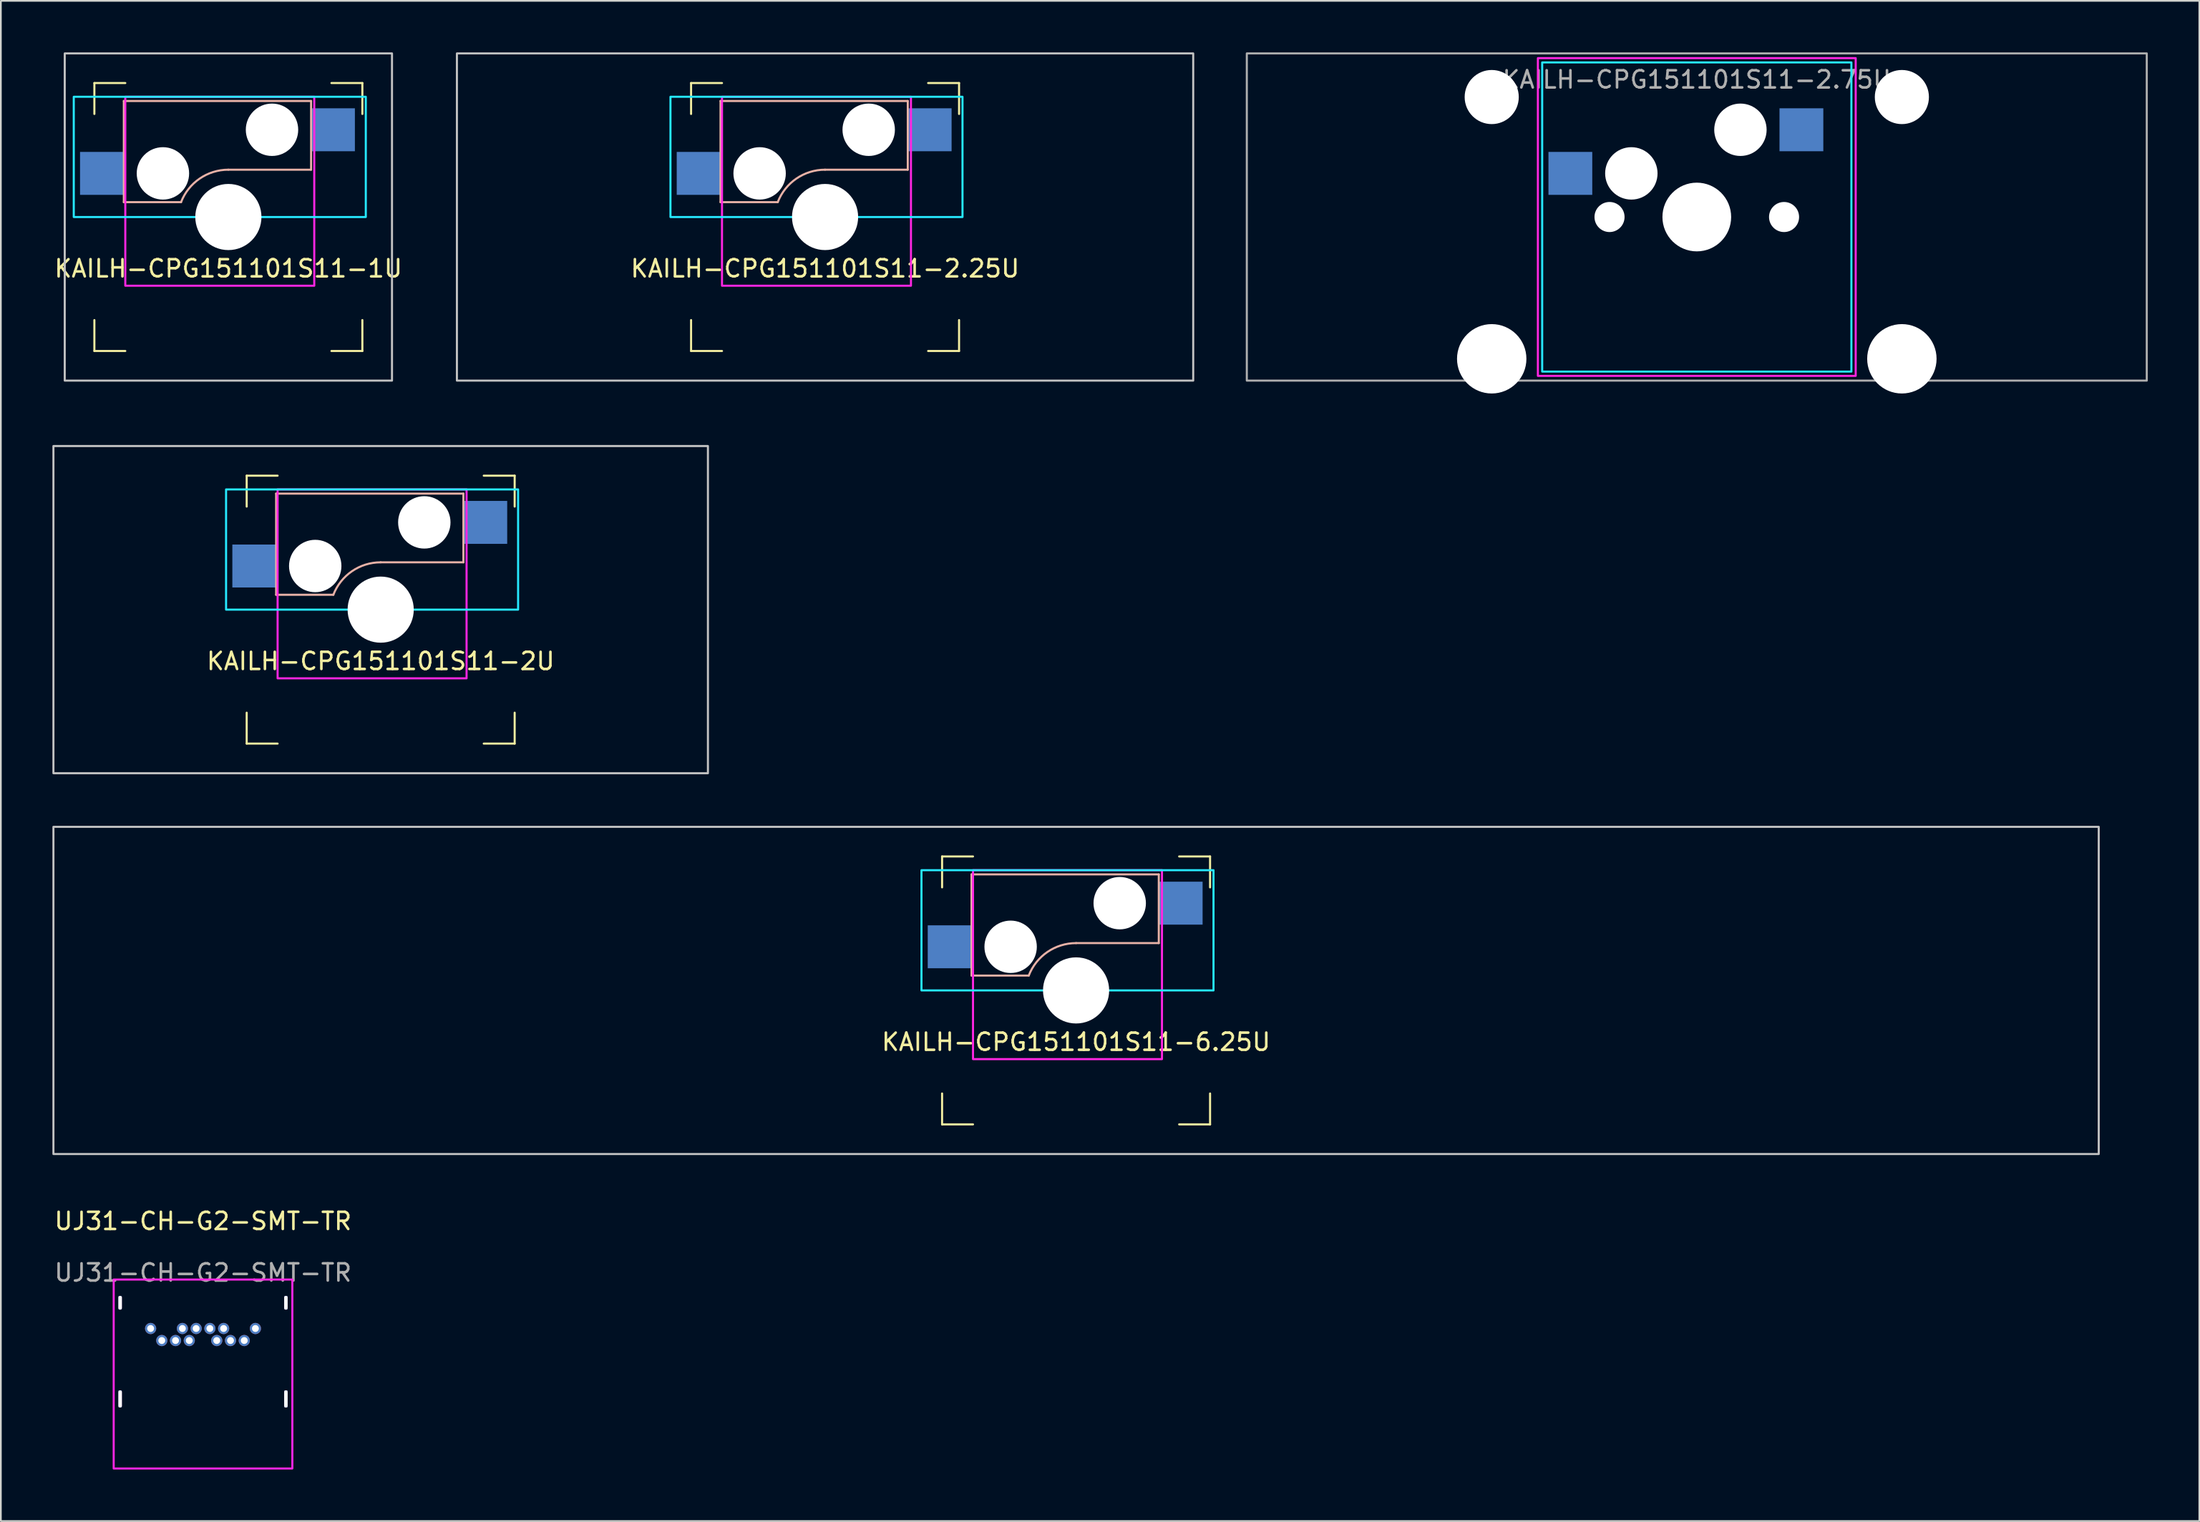
<source format=kicad_pcb>
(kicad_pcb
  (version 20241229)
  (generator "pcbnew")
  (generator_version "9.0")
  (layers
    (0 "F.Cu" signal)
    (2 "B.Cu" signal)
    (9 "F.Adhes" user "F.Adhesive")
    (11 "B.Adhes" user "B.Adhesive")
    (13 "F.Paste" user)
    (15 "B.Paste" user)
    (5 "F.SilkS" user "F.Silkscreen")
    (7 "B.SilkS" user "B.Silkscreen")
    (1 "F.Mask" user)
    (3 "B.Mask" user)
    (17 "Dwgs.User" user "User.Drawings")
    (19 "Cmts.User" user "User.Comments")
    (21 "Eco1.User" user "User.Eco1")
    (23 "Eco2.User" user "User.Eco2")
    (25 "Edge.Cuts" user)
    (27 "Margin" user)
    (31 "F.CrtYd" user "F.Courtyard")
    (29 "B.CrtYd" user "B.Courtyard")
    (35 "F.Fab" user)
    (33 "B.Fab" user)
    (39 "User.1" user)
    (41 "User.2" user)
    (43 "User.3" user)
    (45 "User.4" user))
  (footprint "KAILH-CPG151101S11-6.25U"
    (layer "F.Cu")
    (at 59.591 54.614)
    (property "Reference" "KAILH-CPG151101S11-6.25U" (at 0 3 0) (unlocked yes) (layer "F.SilkS") (effects (font (size 1 1) (thickness 0.15))))
    (attr smd)
    (fp_line (start -7.8 -6) (end -7.8 -7.8) (stroke (width 0.12) (type solid)) (layer "F.SilkS"))
    (fp_line (start -7.8 6) (end -7.8 7.8) (stroke (width 0.12) (type solid)) (layer "F.SilkS"))
    (fp_line (start -6 -7.8) (end -7.8 -7.8) (stroke (width 0.12) (type solid)) (layer "F.SilkS"))
    (fp_line (start -6 7.8) (end -7.8 7.8) (stroke (width 0.12) (type solid)) (layer "F.SilkS"))
    (fp_line (start 6 -7.8) (end 7.8 -7.8) (stroke (width 0.12) (type solid)) (layer "F.SilkS"))
    (fp_line (start 6 7.8) (end 7.8 7.8) (stroke (width 0.12) (type solid)) (layer "F.SilkS"))
    (fp_line (start 7.8 -6) (end 7.8 -7.8) (stroke (width 0.12) (type solid)) (layer "F.SilkS"))
    (fp_line (start 7.8 6) (end 7.8 7.8) (stroke (width 0.12) (type solid)) (layer "F.SilkS"))
    (fp_line (start -6.085 -6.755) (end -6.085 -0.865) (stroke (width 0.12) (type solid)) (layer "B.SilkS"))
    (fp_line (start -6.085 -6.755) (end 4.815 -6.755) (stroke (width 0.12) (type solid)) (layer "B.SilkS"))
    (fp_line (start -6.085 -0.865) (end -2.755 -0.865) (stroke (width 0.12) (type solid)) (layer "B.SilkS"))
    (fp_line (start 4.815 -6.755) (end 4.815 -2.755) (stroke (width 0.12) (type solid)) (layer "B.SilkS"))
    (fp_line (start 4.815 -2.755) (end 0 -2.755) (stroke (width 0.12) (type solid)) (layer "B.SilkS"))
    (fp_arc (start -2.755 -0.865) (mid -1.670488 -2.237081) (end 0 -2.755) (stroke (width 0.12) (type solid)) (layer "B.SilkS"))
    (fp_rect (start -59.531 -9.525) (end 59.531 9.525) (stroke (width 0.12) (type solid)) (fill no) (layer "Dwgs.User"))
    (fp_rect (start -9 -7) (end 8 0) (stroke (width 0.12) (type solid)) (fill no) (layer "B.CrtYd"))
    (fp_rect (start 5 4) (end -6 -7) (stroke (width 0.12) (type solid)) (fill no) (layer "F.CrtYd"))
    (pad "" smd rect (at -7.36 -2.54) (size 2.55 2.5) (layers "F.Mask" "B.Cu" "F.Paste"))
    (pad "" np_thru_hole circle (at -3.81 -2.54) (size 3.05 3.05) (drill 3.05) (layers "*.Cu" "*.Mask"))
    (pad "" np_thru_hole circle (at 0 0) (size 3.85 3.85) (drill 3.85) (layers "*.Cu" "*.Mask"))
    (pad "" np_thru_hole circle (at 2.54 -5.08) (size 3.05 3.05) (drill 3.05) (layers "*.Cu" "*.Mask"))
    (pad "" smd rect (at 6.09 -5.08) (size 2.55 2.5) (layers "F.Mask" "B.Cu" "F.Paste")))
  (footprint "KAILH-CPG151101S11-2U"
    (layer "F.Cu")
    (at 19.11 32.444)
    (property "Reference" "KAILH-CPG151101S11-2U" (at 0 3 0) (unlocked yes) (layer "F.SilkS") (effects (font (size 1 1) (thickness 0.15))))
    (attr smd)
    (fp_line (start -7.8 -6) (end -7.8 -7.8) (stroke (width 0.12) (type solid)) (layer "F.SilkS"))
    (fp_line (start -7.8 6) (end -7.8 7.8) (stroke (width 0.12) (type solid)) (layer "F.SilkS"))
    (fp_line (start -6 -7.8) (end -7.8 -7.8) (stroke (width 0.12) (type solid)) (layer "F.SilkS"))
    (fp_line (start -6 7.8) (end -7.8 7.8) (stroke (width 0.12) (type solid)) (layer "F.SilkS"))
    (fp_line (start 6 -7.8) (end 7.8 -7.8) (stroke (width 0.12) (type solid)) (layer "F.SilkS"))
    (fp_line (start 6 7.8) (end 7.8 7.8) (stroke (width 0.12) (type solid)) (layer "F.SilkS"))
    (fp_line (start 7.8 -6) (end 7.8 -7.8) (stroke (width 0.12) (type solid)) (layer "F.SilkS"))
    (fp_line (start 7.8 6) (end 7.8 7.8) (stroke (width 0.12) (type solid)) (layer "F.SilkS"))
    (fp_line (start -6.085 -6.755) (end -6.085 -0.865) (stroke (width 0.12) (type solid)) (layer "B.SilkS"))
    (fp_line (start -6.085 -6.755) (end 4.815 -6.755) (stroke (width 0.12) (type solid)) (layer "B.SilkS"))
    (fp_line (start -6.085 -0.865) (end -2.755 -0.865) (stroke (width 0.12) (type solid)) (layer "B.SilkS"))
    (fp_line (start 4.815 -6.755) (end 4.815 -2.755) (stroke (width 0.12) (type solid)) (layer "B.SilkS"))
    (fp_line (start 4.815 -2.755) (end 0 -2.755) (stroke (width 0.12) (type solid)) (layer "B.SilkS"))
    (fp_arc (start -2.755 -0.865) (mid -1.670488 -2.237081) (end 0 -2.755) (stroke (width 0.12) (type solid)) (layer "B.SilkS"))
    (fp_rect (start -19.05 -9.525) (end 19.05 9.525) (stroke (width 0.12) (type solid)) (fill no) (layer "Dwgs.User"))
    (fp_rect (start -9 -7) (end 8 0) (stroke (width 0.12) (type solid)) (fill no) (layer "B.CrtYd"))
    (fp_rect (start 5 4) (end -6 -7) (stroke (width 0.12) (type solid)) (fill no) (layer "F.CrtYd"))
    (pad "" np_thru_hole circle (at -3.81 -2.54) (size 3.05 3.05) (drill 3.05) (layers "*.Cu" "*.Mask"))
    (pad "" np_thru_hole circle (at 0 0) (size 3.85 3.85) (drill 3.85) (layers "*.Cu" "*.Mask"))
    (pad "" np_thru_hole circle (at 2.54 -5.08) (size 3.05 3.05) (drill 3.05) (layers "*.Cu" "*.Mask"))
    (pad "1" smd rect (at -7.36 -2.54) (size 2.55 2.5) (layers "F.Mask" "B.Cu" "F.Paste"))
    (pad "2" smd rect (at 6.09 -5.08) (size 2.55 2.5) (layers "F.Mask" "B.Cu" "F.Paste")))
  (footprint "KAILH-CPG151101S11-1U"
    (layer "F.Cu")
    (at 10.244 9.585)
    (property "Reference" "KAILH-CPG151101S11-1U" (at 0 3 0) (unlocked yes) (layer "F.SilkS") (effects (font (size 1 1) (thickness 0.15))))
    (attr smd)
    (fp_line (start -7.8 -6) (end -7.8 -7.8) (stroke (width 0.12) (type solid)) (layer "F.SilkS"))
    (fp_line (start -7.8 6) (end -7.8 7.8) (stroke (width 0.12) (type solid)) (layer "F.SilkS"))
    (fp_line (start -6 -7.8) (end -7.8 -7.8) (stroke (width 0.12) (type solid)) (layer "F.SilkS"))
    (fp_line (start -6 7.8) (end -7.8 7.8) (stroke (width 0.12) (type solid)) (layer "F.SilkS"))
    (fp_line (start 6 -7.8) (end 7.8 -7.8) (stroke (width 0.12) (type solid)) (layer "F.SilkS"))
    (fp_line (start 6 7.8) (end 7.8 7.8) (stroke (width 0.12) (type solid)) (layer "F.SilkS"))
    (fp_line (start 7.8 -6) (end 7.8 -7.8) (stroke (width 0.12) (type solid)) (layer "F.SilkS"))
    (fp_line (start 7.8 6) (end 7.8 7.8) (stroke (width 0.12) (type solid)) (layer "F.SilkS"))
    (fp_line (start -6.085 -6.755) (end -6.085 -0.865) (stroke (width 0.12) (type solid)) (layer "B.SilkS"))
    (fp_line (start -6.085 -6.755) (end 4.815 -6.755) (stroke (width 0.12) (type solid)) (layer "B.SilkS"))
    (fp_line (start -6.085 -0.865) (end -2.755 -0.865) (stroke (width 0.12) (type solid)) (layer "B.SilkS"))
    (fp_line (start 4.815 -6.755) (end 4.815 -2.755) (stroke (width 0.12) (type solid)) (layer "B.SilkS"))
    (fp_line (start 4.815 -2.755) (end 0 -2.755) (stroke (width 0.12) (type solid)) (layer "B.SilkS"))
    (fp_arc (start -2.755 -0.865) (mid -1.670488 -2.237081) (end 0 -2.755) (stroke (width 0.12) (type solid)) (layer "B.SilkS"))
    (fp_rect (start -9.525 -9.525) (end 9.525 9.525) (stroke (width 0.12) (type solid)) (fill no) (layer "Dwgs.User"))
    (fp_rect (start -9 -7) (end 8 0) (stroke (width 0.12) (type solid)) (fill no) (layer "B.CrtYd"))
    (fp_rect (start 5 4) (end -6 -7) (stroke (width 0.12) (type solid)) (fill no) (layer "F.CrtYd"))
    (pad "" np_thru_hole circle (at -3.81 -2.54) (size 3.05 3.05) (drill 3.05) (layers "*.Cu" "*.Mask"))
    (pad "" np_thru_hole circle (at 0 0) (size 3.85 3.85) (drill 3.85) (layers "*.Cu" "*.Mask"))
    (pad "" np_thru_hole circle (at 2.54 -5.08) (size 3.05 3.05) (drill 3.05) (layers "*.Cu" "*.Mask"))
    (pad "1" smd rect (at -7.36 -2.54) (size 2.55 2.5) (layers "F.Mask" "B.Cu" "F.Paste"))
    (pad "2" smd rect (at 6.09 -5.08) (size 2.55 2.5) (layers "F.Mask" "B.Cu" "F.Paste")))
  (footprint "UJ31-CH-G2-SMT-TR"
    (layer "F.Cu")
    (at 8.768 77.048)
    (property "Reference" "UJ31-CH-G2-SMT-TR" (at 0 -9 0) (unlocked yes) (layer "F.SilkS") (effects (font (size 1 1) (thickness 0.15))))
    (attr smd)
    (fp_rect (start -5.2 -5.6) (end 5.2 5.4) (stroke (width 0.12) (type solid)) (fill no) (layer "F.CrtYd"))
    (fp_text user "${REFERENCE}" (at 0 -6 0) (unlocked yes) (layer "F.Fab") (effects (font (size 1 1) (thickness 0.15))))
    (pad "" np_thru_hole roundrect (at -4.825 -4.25) (size 0.2 0.8) (drill oval 0.2 0.8) (layers "*.Cu" "*.Mask") (roundrect_rratio 0.25))
    (pad "" np_thru_hole roundrect (at -4.825 1.35) (size 0.2 1) (drill oval 0.2 1) (layers "*.Cu" "*.Mask") (roundrect_rratio 0.25))
    (pad "" thru_hole circle (at -3.05 -2.75) (size 0.65 0.65) (drill 0.4) (layers "*.Cu" "*.Mask"))
    (pad "" thru_hole circle (at -2.4 -2.05) (size 0.65 0.65) (drill 0.4) (layers "*.Cu" "*.Mask"))
    (pad "" thru_hole circle (at -1.6 -2.05) (size 0.65 0.65) (drill 0.4) (layers "*.Cu" "*.Mask"))
    (pad "" thru_hole circle (at -1.2 -2.75) (size 0.65 0.65) (drill 0.4) (layers "*.Cu" "*.Mask"))
    (pad "" thru_hole circle (at -0.8 -2.05) (size 0.65 0.65) (drill 0.4) (layers "*.Cu" "*.Mask"))
    (pad "" thru_hole circle (at -0.4 -2.75) (size 0.65 0.65) (drill 0.4) (layers "*.Cu" "*.Mask"))
    (pad "" thru_hole circle (at 0.4 -2.75) (size 0.65 0.65) (drill 0.4) (layers "*.Cu" "*.Mask"))
    (pad "" thru_hole circle (at 0.8 -2.05) (size 0.65 0.65) (drill 0.4) (layers "*.Cu" "*.Mask"))
    (pad "" thru_hole circle (at 1.2 -2.75) (size 0.65 0.65) (drill 0.4) (layers "*.Cu" "*.Mask"))
    (pad "" thru_hole circle (at 1.6 -2.05) (size 0.65 0.65) (drill 0.4) (layers "*.Cu" "*.Mask"))
    (pad "" thru_hole circle (at 2.4 -2.05) (size 0.65 0.65) (drill 0.4) (layers "*.Cu" "*.Mask"))
    (pad "" thru_hole circle (at 3.05 -2.75) (size 0.65 0.65) (drill 0.4) (layers "*.Cu" "*.Mask"))
    (pad "" np_thru_hole roundrect (at 4.825 -4.25) (size 0.2 0.8) (drill oval 0.2 0.8) (layers "*.Cu" "*.Mask") (roundrect_rratio 0.25))
    (pad "" np_thru_hole roundrect (at 4.825 1.35) (size 0.2 1) (drill oval 0.2 1) (layers "*.Cu" "*.Mask") (roundrect_rratio 0.25)))
  (footprint "KAILH-CPG151101S11-2.25U"
    (layer "F.Cu")
    (at 44.979 9.585)
    (property "Reference" "KAILH-CPG151101S11-2.25U" (at 0 3 0) (unlocked yes) (layer "F.SilkS") (effects (font (size 1 1) (thickness 0.15))))
    (attr smd)
    (fp_line (start -7.8 -6) (end -7.8 -7.8) (stroke (width 0.12) (type solid)) (layer "F.SilkS"))
    (fp_line (start -7.8 6) (end -7.8 7.8) (stroke (width 0.12) (type solid)) (layer "F.SilkS"))
    (fp_line (start -6 -7.8) (end -7.8 -7.8) (stroke (width 0.12) (type solid)) (layer "F.SilkS"))
    (fp_line (start -6 7.8) (end -7.8 7.8) (stroke (width 0.12) (type solid)) (layer "F.SilkS"))
    (fp_line (start 6 -7.8) (end 7.8 -7.8) (stroke (width 0.12) (type solid)) (layer "F.SilkS"))
    (fp_line (start 6 7.8) (end 7.8 7.8) (stroke (width 0.12) (type solid)) (layer "F.SilkS"))
    (fp_line (start 7.8 -6) (end 7.8 -7.8) (stroke (width 0.12) (type solid)) (layer "F.SilkS"))
    (fp_line (start 7.8 6) (end 7.8 7.8) (stroke (width 0.12) (type solid)) (layer "F.SilkS"))
    (fp_line (start -6.085 -6.755) (end -6.085 -0.865) (stroke (width 0.12) (type solid)) (layer "B.SilkS"))
    (fp_line (start -6.085 -6.755) (end 4.815 -6.755) (stroke (width 0.12) (type solid)) (layer "B.SilkS"))
    (fp_line (start -6.085 -0.865) (end -2.755 -0.865) (stroke (width 0.12) (type solid)) (layer "B.SilkS"))
    (fp_line (start 4.815 -6.755) (end 4.815 -2.755) (stroke (width 0.12) (type solid)) (layer "B.SilkS"))
    (fp_line (start 4.815 -2.755) (end 0 -2.755) (stroke (width 0.12) (type solid)) (layer "B.SilkS"))
    (fp_arc (start -2.755 -0.865) (mid -1.670488 -2.237081) (end 0 -2.755) (stroke (width 0.12) (type solid)) (layer "B.SilkS"))
    (fp_rect (start -21.431 -9.525) (end 21.431 9.525) (stroke (width 0.12) (type solid)) (fill no) (layer "Dwgs.User"))
    (fp_rect (start -9 -7) (end 8 0) (stroke (width 0.12) (type solid)) (fill no) (layer "B.CrtYd"))
    (fp_rect (start 5 4) (end -6 -7) (stroke (width 0.12) (type solid)) (fill no) (layer "F.CrtYd"))
    (pad "" smd rect (at -7.36 -2.54) (size 2.55 2.5) (layers "F.Mask" "B.Cu" "F.Paste"))
    (pad "" np_thru_hole circle (at -3.81 -2.54) (size 3.05 3.05) (drill 3.05) (layers "*.Cu" "*.Mask"))
    (pad "" np_thru_hole circle (at 0 0) (size 3.85 3.85) (drill 3.85) (layers "*.Cu" "*.Mask"))
    (pad "" np_thru_hole circle (at 2.54 -5.08) (size 3.05 3.05) (drill 3.05) (layers "*.Cu" "*.Mask"))
    (pad "" smd rect (at 6.09 -5.08) (size 2.55 2.5) (layers "F.Mask" "B.Cu" "F.Paste")))
  (footprint "KAILH-CPG151101S11-2.75U"
    (layer "F.Cu")
    (at 95.724 9.585)
    (property "Reference" "KAILH-CPG151101S11-2.75U" (at 0 -8 0) (unlocked yes) (layer "F.Fab") (effects (font (size 1 1) (thickness 0.15))))
    (attr smd)
    (fp_rect (start -9 -9) (end 9 9) (stroke (width 0.12) (type solid)) (fill no) (layer "B.CrtYd"))
    (fp_rect (start 9.25 9.25) (end -9.25 -9.25) (stroke (width 0.12) (type solid)) (fill no) (layer "F.CrtYd"))
    (fp_rect (start -26.194 -9.525) (end 26.194 9.525) (stroke (width 0.12) (type solid)) (fill no) (layer "F.Fab"))
    (pad "" np_thru_hole circle (at -11.938 -6.985) (size 3.15 3.15) (drill 3.15) (layers "*.Cu" "*.Mask"))
    (pad "" np_thru_hole circle (at -11.938 8.255) (size 4.039 4.039) (drill 4.039) (layers "*.Cu" "*.Mask"))
    (pad "" np_thru_hole circle (at -5.08 0) (size 1.75 1.75) (drill 1.75) (layers "*.Cu" "*.Mask"))
    (pad "" np_thru_hole circle (at -3.81 -2.54) (size 3.05 3.05) (drill 3.05) (layers "*.Cu" "*.Mask"))
    (pad "" np_thru_hole circle (at 0 0) (size 4 4) (drill 4) (layers "*.Cu" "*.Mask"))
    (pad "" np_thru_hole circle (at 2.54 -5.08) (size 3.05 3.05) (drill 3.05) (layers "*.Cu" "*.Mask"))
    (pad "" np_thru_hole circle (at 5.08 0) (size 1.75 1.75) (drill 1.75) (layers "*.Cu" "*.Mask"))
    (pad "" np_thru_hole circle (at 11.938 -6.985) (size 3.15 3.15) (drill 3.15) (layers "*.Cu" "*.Mask"))
    (pad "" np_thru_hole circle (at 11.938 8.255) (size 4.039 4.039) (drill 4.039) (layers "*.Cu" "*.Mask"))
    (pad "1" smd rect (at 6.09 -5.08) (size 2.55 2.5) (layers "F.Mask" "B.Cu" "F.Paste"))
    (pad "2" smd rect (at -7.36 -2.54) (size 2.55 2.5) (layers "F.Mask" "B.Cu" "F.Paste")))
  (gr_rect
    (start -3 -3)
    (end 124.978 85.508)
    (stroke (width 0.1) (type default))
    (fill no)
    (layer "Edge.Cuts")))
</source>
